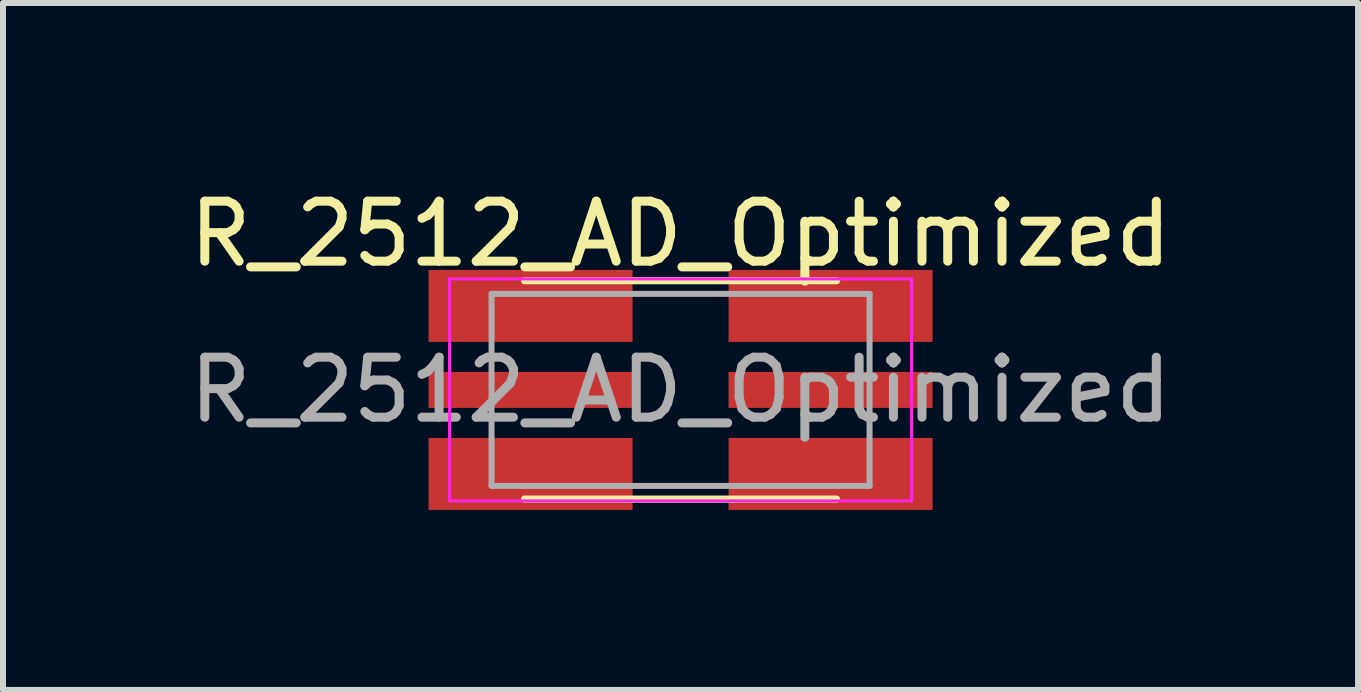
<source format=kicad_pcb>
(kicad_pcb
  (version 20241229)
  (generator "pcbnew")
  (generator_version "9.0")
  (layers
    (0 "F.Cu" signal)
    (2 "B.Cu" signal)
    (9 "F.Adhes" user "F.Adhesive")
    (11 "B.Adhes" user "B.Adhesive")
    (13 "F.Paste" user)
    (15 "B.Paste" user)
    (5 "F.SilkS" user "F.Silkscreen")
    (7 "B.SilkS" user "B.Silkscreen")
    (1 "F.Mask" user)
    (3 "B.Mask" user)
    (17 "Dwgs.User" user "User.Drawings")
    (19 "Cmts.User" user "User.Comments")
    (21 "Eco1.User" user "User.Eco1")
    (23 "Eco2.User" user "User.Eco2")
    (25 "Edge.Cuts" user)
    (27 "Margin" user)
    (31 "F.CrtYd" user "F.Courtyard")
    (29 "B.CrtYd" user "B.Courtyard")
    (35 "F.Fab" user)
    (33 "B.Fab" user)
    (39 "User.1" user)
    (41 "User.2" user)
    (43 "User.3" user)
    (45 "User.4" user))
  (footprint "R_2512_AD_Optimized"
    (layer "F.Cu")
    (at 8.292 3.448)
    (property "Reference" "R_2512_AD_Optimized" (at 0 -2.6 0) (layer "F.SilkS") (effects (font (size 1 1) (thickness 0.15))))
    (attr smd)
    (fp_line (start -2.6 -1.82) (end 2.6 -1.82) (stroke (width 0.12) (type solid)) (layer "F.SilkS"))
    (fp_line (start 2.6 1.82) (end -2.6 1.82) (stroke (width 0.12) (type solid)) (layer "F.SilkS"))
    (fp_line (start -3.85 -1.85) (end -3.85 1.85) (stroke (width 0.05) (type solid)) (layer "F.CrtYd"))
    (fp_line (start -3.85 -1.85) (end 3.85 -1.85) (stroke (width 0.05) (type solid)) (layer "F.CrtYd"))
    (fp_line (start 3.85 1.85) (end -3.85 1.85) (stroke (width 0.05) (type solid)) (layer "F.CrtYd"))
    (fp_line (start 3.85 1.85) (end 3.85 -1.85) (stroke (width 0.05) (type solid)) (layer "F.CrtYd"))
    (fp_line (start -3.15 -1.6) (end 3.15 -1.6) (stroke (width 0.1) (type solid)) (layer "F.Fab"))
    (fp_line (start -3.15 1.6) (end -3.15 -1.6) (stroke (width 0.1) (type solid)) (layer "F.Fab"))
    (fp_line (start 3.15 -1.6) (end 3.15 1.6) (stroke (width 0.1) (type solid)) (layer "F.Fab"))
    (fp_line (start 3.15 1.6) (end -3.15 1.6) (stroke (width 0.1) (type solid)) (layer "F.Fab"))
    (fp_text user "${REFERENCE}" (at 0 0 0) (layer "F.Fab") (effects (font (size 1 1) (thickness 0.15))))
    (pad "1" smd rect (at -2.5 -1.4) (size 3.4 1.2) (layers "F.Cu" "F.Mask" "F.Paste"))
    (pad "1" smd rect (at -2.5 1.4) (size 3.4 1.2) (layers "F.Cu" "F.Mask" "F.Paste"))
    (pad "2" smd rect (at -2.5 0) (size 3.4 0.6) (layers "F.Cu" "F.Mask" "F.Paste"))
    (pad "3" smd rect (at 2.5 0) (size 3.4 0.6) (layers "F.Cu" "F.Mask" "F.Paste"))
    (pad "4" smd rect (at 2.5 -1.4) (size 3.4 1.2) (layers "F.Cu" "F.Mask" "F.Paste"))
    (pad "4" smd rect (at 2.5 1.4) (size 3.4 1.2) (layers "F.Cu" "F.Mask" "F.Paste")))
  (gr_rect
    (start -3 -3)
    (end 19.583 8.448)
    (stroke (width 0.1) (type default))
    (fill no)
    (layer "Edge.Cuts")))
</source>
